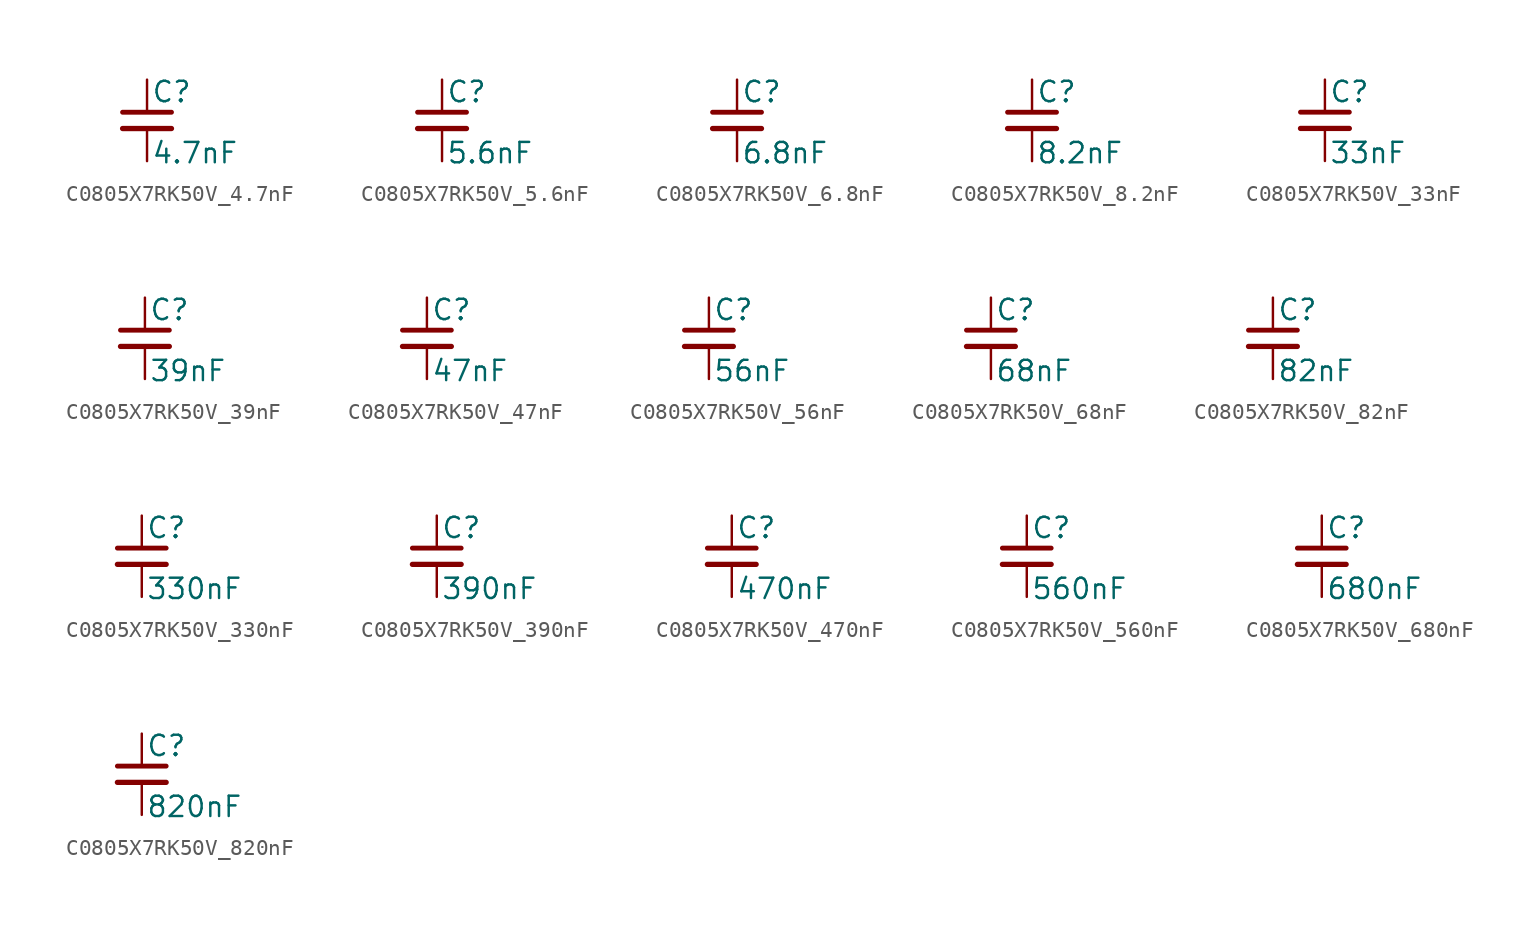
<source format=kicad_sym>
(kicad_symbol_lib
  (version 20220914)
  (generator kicad_symbol_editor)
  (symbol "C0805X7RK50V_4.7nF"
    (pin_numbers hide)
    (pin_names
      (offset 0.254) hide)
    (property "Reference" "C"
      (at 0.254 1.778 0)
      (effects (font (size 1.27 1.27)) (justify left)))
    (property "Value" "4.7nF"
      (at 0.254 -2.032 0)
      (effects (font (size 1.27 1.27)) (justify left)))
    (symbol "C0805X7RK50V_4.7nF_0_1"
      (polyline (pts (xy -1.524 -0.508) (xy 1.524 -0.508)) (stroke (width 0.33) (type default)) (fill (type none)))
      (polyline (pts (xy -1.524 0.508) (xy 1.524 0.508)) (stroke (width 0.305) (type default)) (fill (type none))))
    (symbol "C0805X7RK50V_4.7nF_1_1"
      (pin passive line (at 0 2.54 270) (length 2.032) (name "~" (effects (font (size 1.27 1.27)))) (number "1" (effects (font (size 1.27 1.27)))))
      (pin passive line (at 0 -2.54 90) (length 2.032) (name "~" (effects (font (size 1.27 1.27)))) (number "2" (effects (font (size 1.27 1.27)))))))
  (symbol "C0805X7RK50V_5.6nF"
    (pin_numbers hide)
    (pin_names
      (offset 0.254) hide)
    (property "Reference" "C"
      (at 0.254 1.778 0)
      (effects (font (size 1.27 1.27)) (justify left)))
    (property "Value" "5.6nF"
      (at 0.254 -2.032 0)
      (effects (font (size 1.27 1.27)) (justify left)))
    (symbol "C0805X7RK50V_5.6nF_0_1"
      (polyline (pts (xy -1.524 -0.508) (xy 1.524 -0.508)) (stroke (width 0.33) (type default)) (fill (type none)))
      (polyline (pts (xy -1.524 0.508) (xy 1.524 0.508)) (stroke (width 0.305) (type default)) (fill (type none))))
    (symbol "C0805X7RK50V_5.6nF_1_1"
      (pin passive line (at 0 2.54 270) (length 2.032) (name "~" (effects (font (size 1.27 1.27)))) (number "1" (effects (font (size 1.27 1.27)))))
      (pin passive line (at 0 -2.54 90) (length 2.032) (name "~" (effects (font (size 1.27 1.27)))) (number "2" (effects (font (size 1.27 1.27)))))))
  (symbol "C0805X7RK50V_6.8nF"
    (pin_numbers hide)
    (pin_names
      (offset 0.254) hide)
    (property "Reference" "C"
      (at 0.254 1.778 0)
      (effects (font (size 1.27 1.27)) (justify left)))
    (property "Value" "6.8nF"
      (at 0.254 -2.032 0)
      (effects (font (size 1.27 1.27)) (justify left)))
    (symbol "C0805X7RK50V_6.8nF_0_1"
      (polyline (pts (xy -1.524 -0.508) (xy 1.524 -0.508)) (stroke (width 0.33) (type default)) (fill (type none)))
      (polyline (pts (xy -1.524 0.508) (xy 1.524 0.508)) (stroke (width 0.305) (type default)) (fill (type none))))
    (symbol "C0805X7RK50V_6.8nF_1_1"
      (pin passive line (at 0 2.54 270) (length 2.032) (name "~" (effects (font (size 1.27 1.27)))) (number "1" (effects (font (size 1.27 1.27)))))
      (pin passive line (at 0 -2.54 90) (length 2.032) (name "~" (effects (font (size 1.27 1.27)))) (number "2" (effects (font (size 1.27 1.27)))))))
  (symbol "C0805X7RK50V_8.2nF"
    (pin_numbers hide)
    (pin_names
      (offset 0.254) hide)
    (property "Reference" "C"
      (at 0.254 1.778 0)
      (effects (font (size 1.27 1.27)) (justify left)))
    (property "Value" "8.2nF"
      (at 0.254 -2.032 0)
      (effects (font (size 1.27 1.27)) (justify left)))
    (symbol "C0805X7RK50V_8.2nF_0_1"
      (polyline (pts (xy -1.524 -0.508) (xy 1.524 -0.508)) (stroke (width 0.33) (type default)) (fill (type none)))
      (polyline (pts (xy -1.524 0.508) (xy 1.524 0.508)) (stroke (width 0.305) (type default)) (fill (type none))))
    (symbol "C0805X7RK50V_8.2nF_1_1"
      (pin passive line (at 0 2.54 270) (length 2.032) (name "~" (effects (font (size 1.27 1.27)))) (number "1" (effects (font (size 1.27 1.27)))))
      (pin passive line (at 0 -2.54 90) (length 2.032) (name "~" (effects (font (size 1.27 1.27)))) (number "2" (effects (font (size 1.27 1.27)))))))
  (symbol "C0805X7RK50V_33nF"
    (pin_numbers hide)
    (pin_names
      (offset 0.254) hide)
    (property "Reference" "C"
      (at 0.254 1.778 0)
      (effects (font (size 1.27 1.27)) (justify left)))
    (property "Value" "33nF"
      (at 0.254 -2.032 0)
      (effects (font (size 1.27 1.27)) (justify left)))
    (symbol "C0805X7RK50V_33nF_0_1"
      (polyline (pts (xy -1.524 -0.508) (xy 1.524 -0.508)) (stroke (width 0.33) (type default)) (fill (type none)))
      (polyline (pts (xy -1.524 0.508) (xy 1.524 0.508)) (stroke (width 0.305) (type default)) (fill (type none))))
    (symbol "C0805X7RK50V_33nF_1_1"
      (pin passive line (at 0 2.54 270) (length 2.032) (name "~" (effects (font (size 1.27 1.27)))) (number "1" (effects (font (size 1.27 1.27)))))
      (pin passive line (at 0 -2.54 90) (length 2.032) (name "~" (effects (font (size 1.27 1.27)))) (number "2" (effects (font (size 1.27 1.27)))))))
  (symbol "C0805X7RK50V_39nF"
    (pin_numbers hide)
    (pin_names
      (offset 0.254) hide)
    (property "Reference" "C"
      (at 0.254 1.778 0)
      (effects (font (size 1.27 1.27)) (justify left)))
    (property "Value" "39nF"
      (at 0.254 -2.032 0)
      (effects (font (size 1.27 1.27)) (justify left)))
    (symbol "C0805X7RK50V_39nF_0_1"
      (polyline (pts (xy -1.524 -0.508) (xy 1.524 -0.508)) (stroke (width 0.33) (type default)) (fill (type none)))
      (polyline (pts (xy -1.524 0.508) (xy 1.524 0.508)) (stroke (width 0.305) (type default)) (fill (type none))))
    (symbol "C0805X7RK50V_39nF_1_1"
      (pin passive line (at 0 2.54 270) (length 2.032) (name "~" (effects (font (size 1.27 1.27)))) (number "1" (effects (font (size 1.27 1.27)))))
      (pin passive line (at 0 -2.54 90) (length 2.032) (name "~" (effects (font (size 1.27 1.27)))) (number "2" (effects (font (size 1.27 1.27)))))))
  (symbol "C0805X7RK50V_47nF"
    (pin_numbers hide)
    (pin_names
      (offset 0.254) hide)
    (property "Reference" "C"
      (at 0.254 1.778 0)
      (effects (font (size 1.27 1.27)) (justify left)))
    (property "Value" "47nF"
      (at 0.254 -2.032 0)
      (effects (font (size 1.27 1.27)) (justify left)))
    (symbol "C0805X7RK50V_47nF_0_1"
      (polyline (pts (xy -1.524 -0.508) (xy 1.524 -0.508)) (stroke (width 0.33) (type default)) (fill (type none)))
      (polyline (pts (xy -1.524 0.508) (xy 1.524 0.508)) (stroke (width 0.305) (type default)) (fill (type none))))
    (symbol "C0805X7RK50V_47nF_1_1"
      (pin passive line (at 0 2.54 270) (length 2.032) (name "~" (effects (font (size 1.27 1.27)))) (number "1" (effects (font (size 1.27 1.27)))))
      (pin passive line (at 0 -2.54 90) (length 2.032) (name "~" (effects (font (size 1.27 1.27)))) (number "2" (effects (font (size 1.27 1.27)))))))
  (symbol "C0805X7RK50V_56nF"
    (pin_numbers hide)
    (pin_names
      (offset 0.254) hide)
    (property "Reference" "C"
      (at 0.254 1.778 0)
      (effects (font (size 1.27 1.27)) (justify left)))
    (property "Value" "56nF"
      (at 0.254 -2.032 0)
      (effects (font (size 1.27 1.27)) (justify left)))
    (symbol "C0805X7RK50V_56nF_0_1"
      (polyline (pts (xy -1.524 -0.508) (xy 1.524 -0.508)) (stroke (width 0.33) (type default)) (fill (type none)))
      (polyline (pts (xy -1.524 0.508) (xy 1.524 0.508)) (stroke (width 0.305) (type default)) (fill (type none))))
    (symbol "C0805X7RK50V_56nF_1_1"
      (pin passive line (at 0 2.54 270) (length 2.032) (name "~" (effects (font (size 1.27 1.27)))) (number "1" (effects (font (size 1.27 1.27)))))
      (pin passive line (at 0 -2.54 90) (length 2.032) (name "~" (effects (font (size 1.27 1.27)))) (number "2" (effects (font (size 1.27 1.27)))))))
  (symbol "C0805X7RK50V_68nF"
    (pin_numbers hide)
    (pin_names
      (offset 0.254) hide)
    (property "Reference" "C"
      (at 0.254 1.778 0)
      (effects (font (size 1.27 1.27)) (justify left)))
    (property "Value" "68nF"
      (at 0.254 -2.032 0)
      (effects (font (size 1.27 1.27)) (justify left)))
    (symbol "C0805X7RK50V_68nF_0_1"
      (polyline (pts (xy -1.524 -0.508) (xy 1.524 -0.508)) (stroke (width 0.33) (type default)) (fill (type none)))
      (polyline (pts (xy -1.524 0.508) (xy 1.524 0.508)) (stroke (width 0.305) (type default)) (fill (type none))))
    (symbol "C0805X7RK50V_68nF_1_1"
      (pin passive line (at 0 2.54 270) (length 2.032) (name "~" (effects (font (size 1.27 1.27)))) (number "1" (effects (font (size 1.27 1.27)))))
      (pin passive line (at 0 -2.54 90) (length 2.032) (name "~" (effects (font (size 1.27 1.27)))) (number "2" (effects (font (size 1.27 1.27)))))))
  (symbol "C0805X7RK50V_82nF"
    (pin_numbers hide)
    (pin_names
      (offset 0.254) hide)
    (property "Reference" "C"
      (at 0.254 1.778 0)
      (effects (font (size 1.27 1.27)) (justify left)))
    (property "Value" "82nF"
      (at 0.254 -2.032 0)
      (effects (font (size 1.27 1.27)) (justify left)))
    (symbol "C0805X7RK50V_82nF_0_1"
      (polyline (pts (xy -1.524 -0.508) (xy 1.524 -0.508)) (stroke (width 0.33) (type default)) (fill (type none)))
      (polyline (pts (xy -1.524 0.508) (xy 1.524 0.508)) (stroke (width 0.305) (type default)) (fill (type none))))
    (symbol "C0805X7RK50V_82nF_1_1"
      (pin passive line (at 0 2.54 270) (length 2.032) (name "~" (effects (font (size 1.27 1.27)))) (number "1" (effects (font (size 1.27 1.27)))))
      (pin passive line (at 0 -2.54 90) (length 2.032) (name "~" (effects (font (size 1.27 1.27)))) (number "2" (effects (font (size 1.27 1.27)))))))
  (symbol "C0805X7RK50V_330nF"
    (pin_numbers hide)
    (pin_names
      (offset 0.254) hide)
    (property "Reference" "C"
      (at 0.254 1.778 0)
      (effects (font (size 1.27 1.27)) (justify left)))
    (property "Value" "330nF"
      (at 0.254 -2.032 0)
      (effects (font (size 1.27 1.27)) (justify left)))
    (symbol "C0805X7RK50V_330nF_0_1"
      (polyline (pts (xy -1.524 -0.508) (xy 1.524 -0.508)) (stroke (width 0.33) (type default)) (fill (type none)))
      (polyline (pts (xy -1.524 0.508) (xy 1.524 0.508)) (stroke (width 0.305) (type default)) (fill (type none))))
    (symbol "C0805X7RK50V_330nF_1_1"
      (pin passive line (at 0 2.54 270) (length 2.032) (name "~" (effects (font (size 1.27 1.27)))) (number "1" (effects (font (size 1.27 1.27)))))
      (pin passive line (at 0 -2.54 90) (length 2.032) (name "~" (effects (font (size 1.27 1.27)))) (number "2" (effects (font (size 1.27 1.27)))))))
  (symbol "C0805X7RK50V_390nF"
    (pin_numbers hide)
    (pin_names
      (offset 0.254) hide)
    (property "Reference" "C"
      (at 0.254 1.778 0)
      (effects (font (size 1.27 1.27)) (justify left)))
    (property "Value" "390nF"
      (at 0.254 -2.032 0)
      (effects (font (size 1.27 1.27)) (justify left)))
    (symbol "C0805X7RK50V_390nF_0_1"
      (polyline (pts (xy -1.524 -0.508) (xy 1.524 -0.508)) (stroke (width 0.33) (type default)) (fill (type none)))
      (polyline (pts (xy -1.524 0.508) (xy 1.524 0.508)) (stroke (width 0.305) (type default)) (fill (type none))))
    (symbol "C0805X7RK50V_390nF_1_1"
      (pin passive line (at 0 2.54 270) (length 2.032) (name "~" (effects (font (size 1.27 1.27)))) (number "1" (effects (font (size 1.27 1.27)))))
      (pin passive line (at 0 -2.54 90) (length 2.032) (name "~" (effects (font (size 1.27 1.27)))) (number "2" (effects (font (size 1.27 1.27)))))))
  (symbol "C0805X7RK50V_470nF"
    (pin_numbers hide)
    (pin_names
      (offset 0.254) hide)
    (property "Reference" "C"
      (at 0.254 1.778 0)
      (effects (font (size 1.27 1.27)) (justify left)))
    (property "Value" "470nF"
      (at 0.254 -2.032 0)
      (effects (font (size 1.27 1.27)) (justify left)))
    (symbol "C0805X7RK50V_470nF_0_1"
      (polyline (pts (xy -1.524 -0.508) (xy 1.524 -0.508)) (stroke (width 0.33) (type default)) (fill (type none)))
      (polyline (pts (xy -1.524 0.508) (xy 1.524 0.508)) (stroke (width 0.305) (type default)) (fill (type none))))
    (symbol "C0805X7RK50V_470nF_1_1"
      (pin passive line (at 0 2.54 270) (length 2.032) (name "~" (effects (font (size 1.27 1.27)))) (number "1" (effects (font (size 1.27 1.27)))))
      (pin passive line (at 0 -2.54 90) (length 2.032) (name "~" (effects (font (size 1.27 1.27)))) (number "2" (effects (font (size 1.27 1.27)))))))
  (symbol "C0805X7RK50V_560nF"
    (pin_numbers hide)
    (pin_names
      (offset 0.254) hide)
    (property "Reference" "C"
      (at 0.254 1.778 0)
      (effects (font (size 1.27 1.27)) (justify left)))
    (property "Value" "560nF"
      (at 0.254 -2.032 0)
      (effects (font (size 1.27 1.27)) (justify left)))
    (symbol "C0805X7RK50V_560nF_0_1"
      (polyline (pts (xy -1.524 -0.508) (xy 1.524 -0.508)) (stroke (width 0.33) (type default)) (fill (type none)))
      (polyline (pts (xy -1.524 0.508) (xy 1.524 0.508)) (stroke (width 0.305) (type default)) (fill (type none))))
    (symbol "C0805X7RK50V_560nF_1_1"
      (pin passive line (at 0 2.54 270) (length 2.032) (name "~" (effects (font (size 1.27 1.27)))) (number "1" (effects (font (size 1.27 1.27)))))
      (pin passive line (at 0 -2.54 90) (length 2.032) (name "~" (effects (font (size 1.27 1.27)))) (number "2" (effects (font (size 1.27 1.27)))))))
  (symbol "C0805X7RK50V_680nF"
    (pin_numbers hide)
    (pin_names
      (offset 0.254) hide)
    (property "Reference" "C"
      (at 0.254 1.778 0)
      (effects (font (size 1.27 1.27)) (justify left)))
    (property "Value" "680nF"
      (at 0.254 -2.032 0)
      (effects (font (size 1.27 1.27)) (justify left)))
    (symbol "C0805X7RK50V_680nF_0_1"
      (polyline (pts (xy -1.524 -0.508) (xy 1.524 -0.508)) (stroke (width 0.33) (type default)) (fill (type none)))
      (polyline (pts (xy -1.524 0.508) (xy 1.524 0.508)) (stroke (width 0.305) (type default)) (fill (type none))))
    (symbol "C0805X7RK50V_680nF_1_1"
      (pin passive line (at 0 2.54 270) (length 2.032) (name "~" (effects (font (size 1.27 1.27)))) (number "1" (effects (font (size 1.27 1.27)))))
      (pin passive line (at 0 -2.54 90) (length 2.032) (name "~" (effects (font (size 1.27 1.27)))) (number "2" (effects (font (size 1.27 1.27)))))))
  (symbol "C0805X7RK50V_820nF"
    (pin_numbers hide)
    (pin_names
      (offset 0.254) hide)
    (property "Reference" "C"
      (at 0.254 1.778 0)
      (effects (font (size 1.27 1.27)) (justify left)))
    (property "Value" "820nF"
      (at 0.254 -2.032 0)
      (effects (font (size 1.27 1.27)) (justify left)))
    (symbol "C0805X7RK50V_820nF_0_1"
      (polyline (pts (xy -1.524 -0.508) (xy 1.524 -0.508)) (stroke (width 0.33) (type default)) (fill (type none)))
      (polyline (pts (xy -1.524 0.508) (xy 1.524 0.508)) (stroke (width 0.305) (type default)) (fill (type none))))
    (symbol "C0805X7RK50V_820nF_1_1"
      (pin passive line (at 0 2.54 270) (length 2.032) (name "~" (effects (font (size 1.27 1.27)))) (number "1" (effects (font (size 1.27 1.27)))))
      (pin passive line (at 0 -2.54 90) (length 2.032) (name "~" (effects (font (size 1.27 1.27)))) (number "2" (effects (font (size 1.27 1.27))))))))
</source>
